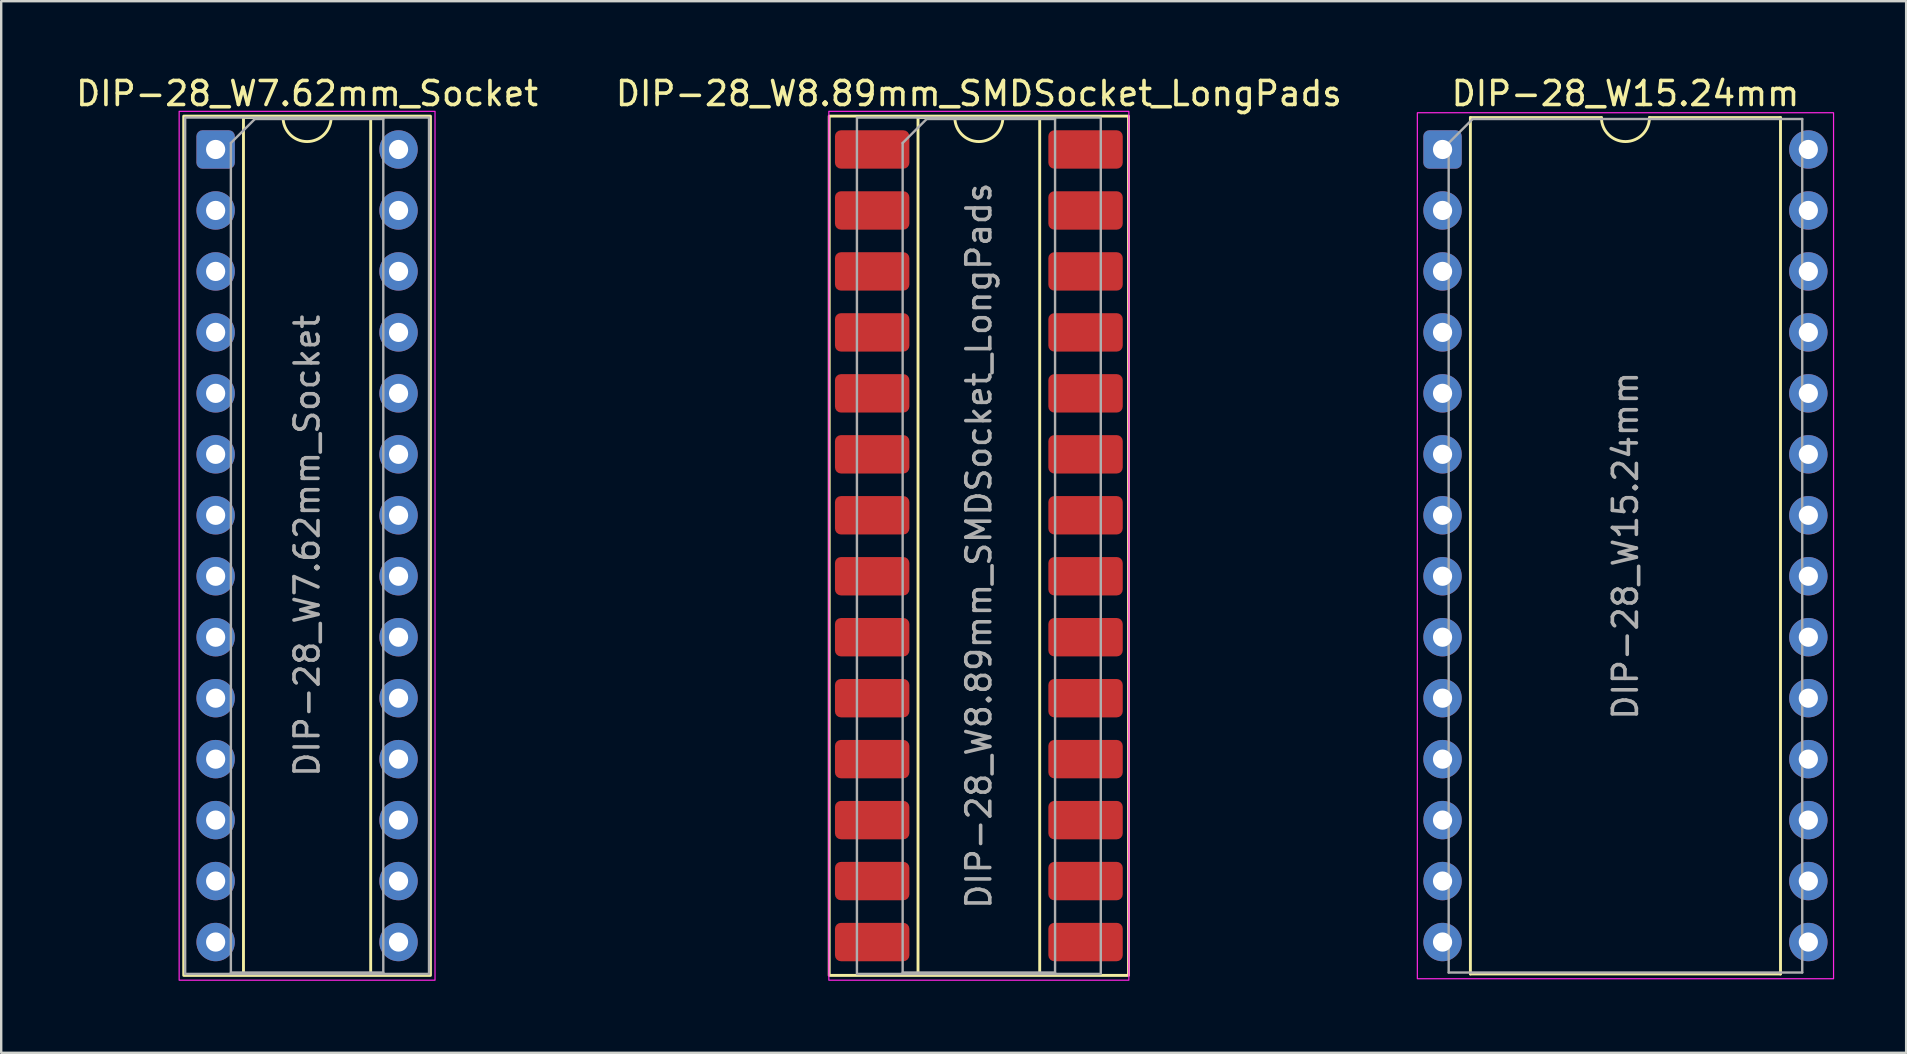
<source format=kicad_pcb>
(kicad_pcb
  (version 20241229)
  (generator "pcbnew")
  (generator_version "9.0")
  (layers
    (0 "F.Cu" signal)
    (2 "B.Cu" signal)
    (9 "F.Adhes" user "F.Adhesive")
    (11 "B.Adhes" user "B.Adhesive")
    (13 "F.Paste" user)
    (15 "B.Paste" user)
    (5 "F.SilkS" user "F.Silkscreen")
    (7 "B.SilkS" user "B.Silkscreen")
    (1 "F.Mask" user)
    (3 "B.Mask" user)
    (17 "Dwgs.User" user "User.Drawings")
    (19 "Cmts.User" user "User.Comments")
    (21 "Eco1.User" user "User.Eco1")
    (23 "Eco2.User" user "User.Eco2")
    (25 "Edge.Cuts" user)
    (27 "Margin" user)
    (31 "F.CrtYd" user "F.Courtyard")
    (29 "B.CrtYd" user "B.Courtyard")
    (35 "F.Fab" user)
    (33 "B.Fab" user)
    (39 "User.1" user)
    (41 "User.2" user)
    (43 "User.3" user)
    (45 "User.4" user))
  (footprint "DIP-28_W8.89mm_SMDSocket_LongPads"
    (layer "F.Cu")
    (at 37.732 19.688)
    (property "Reference" "DIP-28_W8.89mm_SMDSocket_LongPads" (at 0 -18.84 0) (layer "F.SilkS") (effects (font (size 1 1) (thickness 0.15))))
    (attr smd)
    (fp_line (start -2.535 -17.84) (end -2.535 17.84) (stroke (width 0.12) (type solid)) (layer "F.SilkS"))
    (fp_line (start -2.535 17.84) (end 2.535 17.84) (stroke (width 0.12) (type solid)) (layer "F.SilkS"))
    (fp_line (start -1 -17.84) (end -2.535 -17.84) (stroke (width 0.12) (type solid)) (layer "F.SilkS"))
    (fp_line (start 2.535 -17.84) (end 1 -17.84) (stroke (width 0.12) (type solid)) (layer "F.SilkS"))
    (fp_line (start 2.535 17.84) (end 2.535 -17.84) (stroke (width 0.12) (type solid)) (layer "F.SilkS"))
    (fp_rect (start -6.235 -17.9) (end 6.235 17.9) (stroke (width 0.12) (type solid)) (fill no) (layer "F.SilkS"))
    (fp_arc (start 1 -17.84) (mid 0 -16.84) (end -1 -17.84) (stroke (width 0.12) (type solid)) (layer "F.SilkS"))
    (fp_rect (start -6.25 -18.1) (end 6.25 18.1) (stroke (width 0.05) (type solid)) (fill no) (layer "F.CrtYd"))
    (fp_line (start -3.175 -16.78) (end -2.175 -17.78) (stroke (width 0.1) (type solid)) (layer "F.Fab"))
    (fp_line (start -3.175 17.78) (end -3.175 -16.78) (stroke (width 0.1) (type solid)) (layer "F.Fab"))
    (fp_line (start -2.175 -17.78) (end 3.175 -17.78) (stroke (width 0.1) (type solid)) (layer "F.Fab"))
    (fp_line (start 3.175 -17.78) (end 3.175 17.78) (stroke (width 0.1) (type solid)) (layer "F.Fab"))
    (fp_line (start 3.175 17.78) (end -3.175 17.78) (stroke (width 0.1) (type solid)) (layer "F.Fab"))
    (fp_rect (start -5.08 -17.84) (end 5.08 17.84) (stroke (width 0.1) (type solid)) (fill no) (layer "F.Fab"))
    (fp_text user "${REFERENCE}" (at 0 0 90) (layer "F.Fab") (effects (font (size 1 1) (thickness 0.15))))
    (pad "1" smd roundrect (at -4.445 -16.51) (size 3.1 1.6) (layers "F.Cu" "F.Mask" "F.Paste") (roundrect_rratio 0.156))
    (pad "2" smd roundrect (at -4.445 -13.97) (size 3.1 1.6) (layers "F.Cu" "F.Mask" "F.Paste") (roundrect_rratio 0.156))
    (pad "3" smd roundrect (at -4.445 -11.43) (size 3.1 1.6) (layers "F.Cu" "F.Mask" "F.Paste") (roundrect_rratio 0.156))
    (pad "4" smd roundrect (at -4.445 -8.89) (size 3.1 1.6) (layers "F.Cu" "F.Mask" "F.Paste") (roundrect_rratio 0.156))
    (pad "5" smd roundrect (at -4.445 -6.35) (size 3.1 1.6) (layers "F.Cu" "F.Mask" "F.Paste") (roundrect_rratio 0.156))
    (pad "6" smd roundrect (at -4.445 -3.81) (size 3.1 1.6) (layers "F.Cu" "F.Mask" "F.Paste") (roundrect_rratio 0.156))
    (pad "7" smd roundrect (at -4.445 -1.27) (size 3.1 1.6) (layers "F.Cu" "F.Mask" "F.Paste") (roundrect_rratio 0.156))
    (pad "8" smd roundrect (at -4.445 1.27) (size 3.1 1.6) (layers "F.Cu" "F.Mask" "F.Paste") (roundrect_rratio 0.156))
    (pad "9" smd roundrect (at -4.445 3.81) (size 3.1 1.6) (layers "F.Cu" "F.Mask" "F.Paste") (roundrect_rratio 0.156))
    (pad "10" smd roundrect (at -4.445 6.35) (size 3.1 1.6) (layers "F.Cu" "F.Mask" "F.Paste") (roundrect_rratio 0.156))
    (pad "11" smd roundrect (at -4.445 8.89) (size 3.1 1.6) (layers "F.Cu" "F.Mask" "F.Paste") (roundrect_rratio 0.156))
    (pad "12" smd roundrect (at -4.445 11.43) (size 3.1 1.6) (layers "F.Cu" "F.Mask" "F.Paste") (roundrect_rratio 0.156))
    (pad "13" smd roundrect (at -4.445 13.97) (size 3.1 1.6) (layers "F.Cu" "F.Mask" "F.Paste") (roundrect_rratio 0.156))
    (pad "14" smd roundrect (at -4.445 16.51) (size 3.1 1.6) (layers "F.Cu" "F.Mask" "F.Paste") (roundrect_rratio 0.156))
    (pad "15" smd roundrect (at 4.445 16.51) (size 3.1 1.6) (layers "F.Cu" "F.Mask" "F.Paste") (roundrect_rratio 0.156))
    (pad "16" smd roundrect (at 4.445 13.97) (size 3.1 1.6) (layers "F.Cu" "F.Mask" "F.Paste") (roundrect_rratio 0.156))
    (pad "17" smd roundrect (at 4.445 11.43) (size 3.1 1.6) (layers "F.Cu" "F.Mask" "F.Paste") (roundrect_rratio 0.156))
    (pad "18" smd roundrect (at 4.445 8.89) (size 3.1 1.6) (layers "F.Cu" "F.Mask" "F.Paste") (roundrect_rratio 0.156))
    (pad "19" smd roundrect (at 4.445 6.35) (size 3.1 1.6) (layers "F.Cu" "F.Mask" "F.Paste") (roundrect_rratio 0.156))
    (pad "20" smd roundrect (at 4.445 3.81) (size 3.1 1.6) (layers "F.Cu" "F.Mask" "F.Paste") (roundrect_rratio 0.156))
    (pad "21" smd roundrect (at 4.445 1.27) (size 3.1 1.6) (layers "F.Cu" "F.Mask" "F.Paste") (roundrect_rratio 0.156))
    (pad "22" smd roundrect (at 4.445 -1.27) (size 3.1 1.6) (layers "F.Cu" "F.Mask" "F.Paste") (roundrect_rratio 0.156))
    (pad "23" smd roundrect (at 4.445 -3.81) (size 3.1 1.6) (layers "F.Cu" "F.Mask" "F.Paste") (roundrect_rratio 0.156))
    (pad "24" smd roundrect (at 4.445 -6.35) (size 3.1 1.6) (layers "F.Cu" "F.Mask" "F.Paste") (roundrect_rratio 0.156))
    (pad "25" smd roundrect (at 4.445 -8.89) (size 3.1 1.6) (layers "F.Cu" "F.Mask" "F.Paste") (roundrect_rratio 0.156))
    (pad "26" smd roundrect (at 4.445 -11.43) (size 3.1 1.6) (layers "F.Cu" "F.Mask" "F.Paste") (roundrect_rratio 0.156))
    (pad "27" smd roundrect (at 4.445 -13.97) (size 3.1 1.6) (layers "F.Cu" "F.Mask" "F.Paste") (roundrect_rratio 0.156))
    (pad "28" smd roundrect (at 4.445 -16.51) (size 3.1 1.6) (layers "F.Cu" "F.Mask" "F.Paste") (roundrect_rratio 0.156)))
  (footprint "DIP-28_W7.62mm_Socket"
    (layer "F.Cu")
    (at 5.934 3.178)
    (property "Reference" "DIP-28_W7.62mm_Socket" (at 3.81 -2.33 0) (layer "F.SilkS") (effects (font (size 1 1) (thickness 0.15))))
    (attr through_hole)
    (fp_line (start 1.16 -1.33) (end 1.16 34.35) (stroke (width 0.12) (type solid)) (layer "F.SilkS"))
    (fp_line (start 1.16 34.35) (end 6.46 34.35) (stroke (width 0.12) (type solid)) (layer "F.SilkS"))
    (fp_line (start 2.81 -1.33) (end 1.16 -1.33) (stroke (width 0.12) (type solid)) (layer "F.SilkS"))
    (fp_line (start 6.46 -1.33) (end 4.81 -1.33) (stroke (width 0.12) (type solid)) (layer "F.SilkS"))
    (fp_line (start 6.46 34.35) (end 6.46 -1.33) (stroke (width 0.12) (type solid)) (layer "F.SilkS"))
    (fp_rect (start -1.33 -1.39) (end 8.95 34.41) (stroke (width 0.12) (type solid)) (fill no) (layer "F.SilkS"))
    (fp_arc (start 4.81 -1.33) (mid 3.81 -0.33) (end 2.81 -1.33) (stroke (width 0.12) (type solid)) (layer "F.SilkS"))
    (fp_rect (start -1.52 -1.59) (end 9.14 34.61) (stroke (width 0.05) (type solid)) (fill no) (layer "F.CrtYd"))
    (fp_line (start 0.635 -0.27) (end 1.635 -1.27) (stroke (width 0.1) (type solid)) (layer "F.Fab"))
    (fp_line (start 0.635 34.29) (end 0.635 -0.27) (stroke (width 0.1) (type solid)) (layer "F.Fab"))
    (fp_line (start 1.635 -1.27) (end 6.985 -1.27) (stroke (width 0.1) (type solid)) (layer "F.Fab"))
    (fp_line (start 6.985 -1.27) (end 6.985 34.29) (stroke (width 0.1) (type solid)) (layer "F.Fab"))
    (fp_line (start 6.985 34.29) (end 0.635 34.29) (stroke (width 0.1) (type solid)) (layer "F.Fab"))
    (fp_rect (start -1.27 -1.33) (end 8.89 34.35) (stroke (width 0.1) (type solid)) (fill no) (layer "F.Fab"))
    (fp_text user "${REFERENCE}" (at 3.81 16.51 90) (layer "F.Fab") (effects (font (size 1 1) (thickness 0.15))))
    (pad "1" thru_hole roundrect (at 0 0) (size 1.6 1.6) (drill 0.8) (layers "*.Cu" "*.Mask") (roundrect_rratio 0.156))
    (pad "2" thru_hole circle (at 0 2.54) (size 1.6 1.6) (drill 0.8) (layers "*.Cu" "*.Mask"))
    (pad "3" thru_hole circle (at 0 5.08) (size 1.6 1.6) (drill 0.8) (layers "*.Cu" "*.Mask"))
    (pad "4" thru_hole circle (at 0 7.62) (size 1.6 1.6) (drill 0.8) (layers "*.Cu" "*.Mask"))
    (pad "5" thru_hole circle (at 0 10.16) (size 1.6 1.6) (drill 0.8) (layers "*.Cu" "*.Mask"))
    (pad "6" thru_hole circle (at 0 12.7) (size 1.6 1.6) (drill 0.8) (layers "*.Cu" "*.Mask"))
    (pad "7" thru_hole circle (at 0 15.24) (size 1.6 1.6) (drill 0.8) (layers "*.Cu" "*.Mask"))
    (pad "8" thru_hole circle (at 0 17.78) (size 1.6 1.6) (drill 0.8) (layers "*.Cu" "*.Mask"))
    (pad "9" thru_hole circle (at 0 20.32) (size 1.6 1.6) (drill 0.8) (layers "*.Cu" "*.Mask"))
    (pad "10" thru_hole circle (at 0 22.86) (size 1.6 1.6) (drill 0.8) (layers "*.Cu" "*.Mask"))
    (pad "11" thru_hole circle (at 0 25.4) (size 1.6 1.6) (drill 0.8) (layers "*.Cu" "*.Mask"))
    (pad "12" thru_hole circle (at 0 27.94) (size 1.6 1.6) (drill 0.8) (layers "*.Cu" "*.Mask"))
    (pad "13" thru_hole circle (at 0 30.48) (size 1.6 1.6) (drill 0.8) (layers "*.Cu" "*.Mask"))
    (pad "14" thru_hole circle (at 0 33.02) (size 1.6 1.6) (drill 0.8) (layers "*.Cu" "*.Mask"))
    (pad "15" thru_hole circle (at 7.62 33.02) (size 1.6 1.6) (drill 0.8) (layers "*.Cu" "*.Mask"))
    (pad "16" thru_hole circle (at 7.62 30.48) (size 1.6 1.6) (drill 0.8) (layers "*.Cu" "*.Mask"))
    (pad "17" thru_hole circle (at 7.62 27.94) (size 1.6 1.6) (drill 0.8) (layers "*.Cu" "*.Mask"))
    (pad "18" thru_hole circle (at 7.62 25.4) (size 1.6 1.6) (drill 0.8) (layers "*.Cu" "*.Mask"))
    (pad "19" thru_hole circle (at 7.62 22.86) (size 1.6 1.6) (drill 0.8) (layers "*.Cu" "*.Mask"))
    (pad "20" thru_hole circle (at 7.62 20.32) (size 1.6 1.6) (drill 0.8) (layers "*.Cu" "*.Mask"))
    (pad "21" thru_hole circle (at 7.62 17.78) (size 1.6 1.6) (drill 0.8) (layers "*.Cu" "*.Mask"))
    (pad "22" thru_hole circle (at 7.62 15.24) (size 1.6 1.6) (drill 0.8) (layers "*.Cu" "*.Mask"))
    (pad "23" thru_hole circle (at 7.62 12.7) (size 1.6 1.6) (drill 0.8) (layers "*.Cu" "*.Mask"))
    (pad "24" thru_hole circle (at 7.62 10.16) (size 1.6 1.6) (drill 0.8) (layers "*.Cu" "*.Mask"))
    (pad "25" thru_hole circle (at 7.62 7.62) (size 1.6 1.6) (drill 0.8) (layers "*.Cu" "*.Mask"))
    (pad "26" thru_hole circle (at 7.62 5.08) (size 1.6 1.6) (drill 0.8) (layers "*.Cu" "*.Mask"))
    (pad "27" thru_hole circle (at 7.62 2.54) (size 1.6 1.6) (drill 0.8) (layers "*.Cu" "*.Mask"))
    (pad "28" thru_hole circle (at 7.62 0) (size 1.6 1.6) (drill 0.8) (layers "*.Cu" "*.Mask")))
  (footprint "DIP-28_W15.24mm"
    (layer "F.Cu")
    (at 57.051 3.178)
    (property "Reference" "DIP-28_W15.24mm" (at 7.62 -2.33 0) (layer "F.SilkS") (effects (font (size 1 1) (thickness 0.15))))
    (attr through_hole)
    (fp_line (start 1.16 -1.33) (end 1.16 34.35) (stroke (width 0.12) (type solid)) (layer "F.SilkS"))
    (fp_line (start 1.16 34.35) (end 14.08 34.35) (stroke (width 0.12) (type solid)) (layer "F.SilkS"))
    (fp_line (start 6.62 -1.33) (end 1.16 -1.33) (stroke (width 0.12) (type solid)) (layer "F.SilkS"))
    (fp_line (start 14.08 -1.33) (end 8.62 -1.33) (stroke (width 0.12) (type solid)) (layer "F.SilkS"))
    (fp_line (start 14.08 34.35) (end 14.08 -1.33) (stroke (width 0.12) (type solid)) (layer "F.SilkS"))
    (fp_arc (start 8.62 -1.33) (mid 7.62 -0.33) (end 6.62 -1.33) (stroke (width 0.12) (type solid)) (layer "F.SilkS"))
    (fp_rect (start -1.05 -1.53) (end 16.29 34.55) (stroke (width 0.05) (type solid)) (fill no) (layer "F.CrtYd"))
    (fp_line (start 0.255 -0.27) (end 1.255 -1.27) (stroke (width 0.1) (type solid)) (layer "F.Fab"))
    (fp_line (start 0.255 34.29) (end 0.255 -0.27) (stroke (width 0.1) (type solid)) (layer "F.Fab"))
    (fp_line (start 1.255 -1.27) (end 14.985 -1.27) (stroke (width 0.1) (type solid)) (layer "F.Fab"))
    (fp_line (start 14.985 -1.27) (end 14.985 34.29) (stroke (width 0.1) (type solid)) (layer "F.Fab"))
    (fp_line (start 14.985 34.29) (end 0.255 34.29) (stroke (width 0.1) (type solid)) (layer "F.Fab"))
    (fp_text user "${REFERENCE}" (at 7.62 16.51 90) (layer "F.Fab") (effects (font (size 1 1) (thickness 0.15))))
    (pad "1" thru_hole roundrect (at 0 0) (size 1.6 1.6) (drill 0.8) (layers "*.Cu" "*.Mask") (roundrect_rratio 0.156))
    (pad "2" thru_hole circle (at 0 2.54) (size 1.6 1.6) (drill 0.8) (layers "*.Cu" "*.Mask"))
    (pad "3" thru_hole circle (at 0 5.08) (size 1.6 1.6) (drill 0.8) (layers "*.Cu" "*.Mask"))
    (pad "4" thru_hole circle (at 0 7.62) (size 1.6 1.6) (drill 0.8) (layers "*.Cu" "*.Mask"))
    (pad "5" thru_hole circle (at 0 10.16) (size 1.6 1.6) (drill 0.8) (layers "*.Cu" "*.Mask"))
    (pad "6" thru_hole circle (at 0 12.7) (size 1.6 1.6) (drill 0.8) (layers "*.Cu" "*.Mask"))
    (pad "7" thru_hole circle (at 0 15.24) (size 1.6 1.6) (drill 0.8) (layers "*.Cu" "*.Mask"))
    (pad "8" thru_hole circle (at 0 17.78) (size 1.6 1.6) (drill 0.8) (layers "*.Cu" "*.Mask"))
    (pad "9" thru_hole circle (at 0 20.32) (size 1.6 1.6) (drill 0.8) (layers "*.Cu" "*.Mask"))
    (pad "10" thru_hole circle (at 0 22.86) (size 1.6 1.6) (drill 0.8) (layers "*.Cu" "*.Mask"))
    (pad "11" thru_hole circle (at 0 25.4) (size 1.6 1.6) (drill 0.8) (layers "*.Cu" "*.Mask"))
    (pad "12" thru_hole circle (at 0 27.94) (size 1.6 1.6) (drill 0.8) (layers "*.Cu" "*.Mask"))
    (pad "13" thru_hole circle (at 0 30.48) (size 1.6 1.6) (drill 0.8) (layers "*.Cu" "*.Mask"))
    (pad "14" thru_hole circle (at 0 33.02) (size 1.6 1.6) (drill 0.8) (layers "*.Cu" "*.Mask"))
    (pad "15" thru_hole circle (at 15.24 33.02) (size 1.6 1.6) (drill 0.8) (layers "*.Cu" "*.Mask"))
    (pad "16" thru_hole circle (at 15.24 30.48) (size 1.6 1.6) (drill 0.8) (layers "*.Cu" "*.Mask"))
    (pad "17" thru_hole circle (at 15.24 27.94) (size 1.6 1.6) (drill 0.8) (layers "*.Cu" "*.Mask"))
    (pad "18" thru_hole circle (at 15.24 25.4) (size 1.6 1.6) (drill 0.8) (layers "*.Cu" "*.Mask"))
    (pad "19" thru_hole circle (at 15.24 22.86) (size 1.6 1.6) (drill 0.8) (layers "*.Cu" "*.Mask"))
    (pad "20" thru_hole circle (at 15.24 20.32) (size 1.6 1.6) (drill 0.8) (layers "*.Cu" "*.Mask"))
    (pad "21" thru_hole circle (at 15.24 17.78) (size 1.6 1.6) (drill 0.8) (layers "*.Cu" "*.Mask"))
    (pad "22" thru_hole circle (at 15.24 15.24) (size 1.6 1.6) (drill 0.8) (layers "*.Cu" "*.Mask"))
    (pad "23" thru_hole circle (at 15.24 12.7) (size 1.6 1.6) (drill 0.8) (layers "*.Cu" "*.Mask"))
    (pad "24" thru_hole circle (at 15.24 10.16) (size 1.6 1.6) (drill 0.8) (layers "*.Cu" "*.Mask"))
    (pad "25" thru_hole circle (at 15.24 7.62) (size 1.6 1.6) (drill 0.8) (layers "*.Cu" "*.Mask"))
    (pad "26" thru_hole circle (at 15.24 5.08) (size 1.6 1.6) (drill 0.8) (layers "*.Cu" "*.Mask"))
    (pad "27" thru_hole circle (at 15.24 2.54) (size 1.6 1.6) (drill 0.8) (layers "*.Cu" "*.Mask"))
    (pad "28" thru_hole circle (at 15.24 0) (size 1.6 1.6) (drill 0.8) (layers "*.Cu" "*.Mask")))
  (gr_rect
    (start -3 -3)
    (end 76.366 40.813)
    (stroke (width 0.1) (type default))
    (fill no)
    (layer "Edge.Cuts")))
</source>
